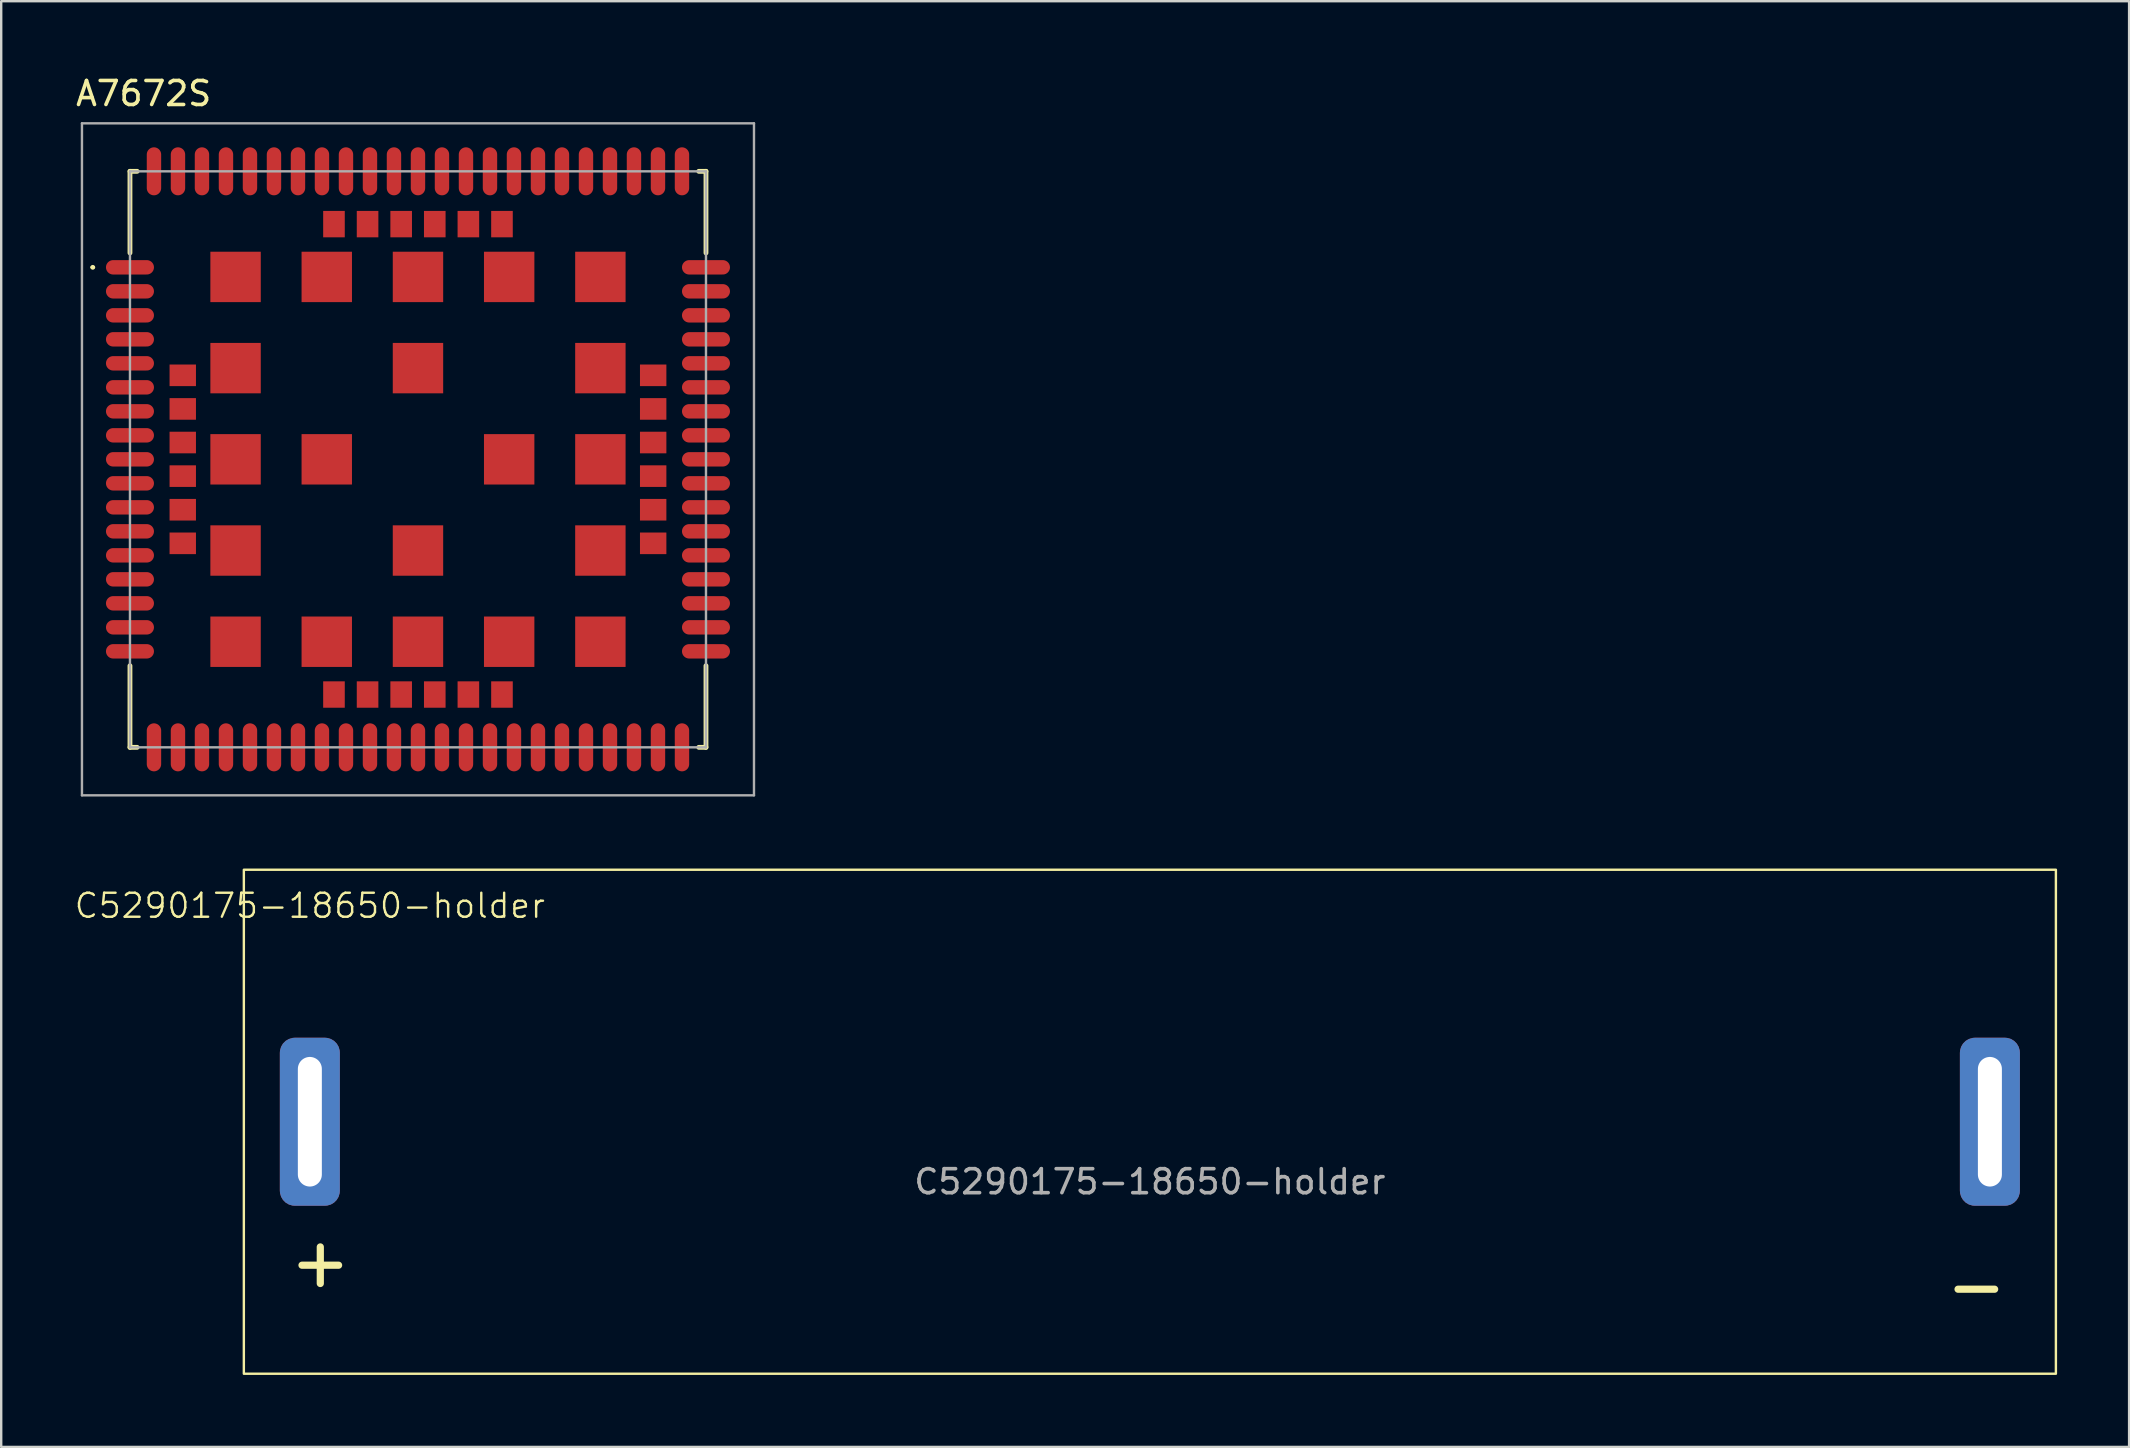
<source format=kicad_pcb>
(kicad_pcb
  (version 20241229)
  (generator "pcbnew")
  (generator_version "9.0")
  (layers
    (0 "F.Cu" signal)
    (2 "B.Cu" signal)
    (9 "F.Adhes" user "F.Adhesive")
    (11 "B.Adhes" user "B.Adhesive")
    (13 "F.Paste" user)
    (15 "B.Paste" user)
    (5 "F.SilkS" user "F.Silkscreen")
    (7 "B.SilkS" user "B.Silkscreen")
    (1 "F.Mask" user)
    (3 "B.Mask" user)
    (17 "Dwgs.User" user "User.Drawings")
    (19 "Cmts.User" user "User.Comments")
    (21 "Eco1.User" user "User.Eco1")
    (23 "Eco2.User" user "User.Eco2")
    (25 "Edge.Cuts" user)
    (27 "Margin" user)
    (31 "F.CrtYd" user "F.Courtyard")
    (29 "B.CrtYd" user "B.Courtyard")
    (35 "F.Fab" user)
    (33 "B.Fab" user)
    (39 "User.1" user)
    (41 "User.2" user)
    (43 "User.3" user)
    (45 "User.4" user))
  (footprint "C5290175-18650-holder"
    (layer "F.Cu")
    (at 44.86 43.688)
    (property "Reference" "C5290175-18650-holder" (at -35 -9 0) (unlocked yes) (layer "F.SilkS") (effects (font (size 1 1) (thickness 0.1))))
    (attr through_hole)
    (fp_rect (start -37.75 -10.5) (end 37.75 10.5) (stroke (width 0.1) (type default)) (fill no) (layer "F.SilkS"))
    (fp_text user "-" (at 33 8 0) (unlocked yes) (layer "F.SilkS") (effects (font (size 2 2) (thickness 0.3)) (justify left bottom)))
    (fp_text user "+" (at -36 7 0) (unlocked yes) (layer "F.SilkS") (effects (font (size 2 2) (thickness 0.3)) (justify left bottom)))
    (fp_text user "${REFERENCE}" (at 0 2.5 0) (unlocked yes) (layer "F.Fab") (effects (font (size 1 1) (thickness 0.15))))
    (pad "1" thru_hole roundrect (at -35 0 90) (size 7 2.5) (drill oval 5.4 1) (layers "*.Cu" "*.Mask") (roundrect_rratio 0.25))
    (pad "2" thru_hole roundrect (at 35 0 90) (size 7 2.5) (drill oval 5.4 1) (layers "*.Cu" "*.Mask") (roundrect_rratio 0.25)))
  (footprint "A7672S"
    (layer "F.Cu")
    (at 14.365 16.088)
    (property "Reference" "A7672S" (at -11.43 -15.24 0) (layer "F.SilkS") (effects (font (size 1 1) (thickness 0.15))))
    (attr smd)
    (fp_line (start -12 -12) (end -11.7 -12) (stroke (width 0.2) (type solid)) (layer "F.SilkS"))
    (fp_line (start -12 -8.6) (end -12 -12) (stroke (width 0.2) (type solid)) (layer "F.SilkS"))
    (fp_line (start -12 12) (end -12 8.6) (stroke (width 0.2) (type solid)) (layer "F.SilkS"))
    (fp_line (start -11.7 12) (end -12 12) (stroke (width 0.2) (type solid)) (layer "F.SilkS"))
    (fp_line (start 11.7 -12) (end 12 -12) (stroke (width 0.2) (type solid)) (layer "F.SilkS"))
    (fp_line (start 12 -12) (end 12 -8.6) (stroke (width 0.2) (type solid)) (layer "F.SilkS"))
    (fp_line (start 12 8.6) (end 12 12) (stroke (width 0.2) (type solid)) (layer "F.SilkS"))
    (fp_line (start 12 12) (end 11.7 12) (stroke (width 0.2) (type solid)) (layer "F.SilkS"))
    (fp_arc (start -13.6 -8) (mid -13.55 -8.05) (end -13.5 -8) (stroke (width 0.1) (type solid)) (layer "F.SilkS"))
    (fp_arc (start -13.5 -8) (mid -13.55 -7.95) (end -13.6 -8) (stroke (width 0.1) (type solid)) (layer "F.SilkS"))
    (fp_line (start -14 -14) (end 14 -14) (stroke (width 0.1) (type solid)) (layer "F.Fab"))
    (fp_line (start -14 14) (end -14 -14) (stroke (width 0.1) (type solid)) (layer "F.Fab"))
    (fp_line (start -12 -12) (end -12 12) (stroke (width 0.1) (type solid)) (layer "F.Fab"))
    (fp_line (start -12 12) (end 12 12) (stroke (width 0.1) (type solid)) (layer "F.Fab"))
    (fp_line (start 12 -12) (end -12 -12) (stroke (width 0.1) (type solid)) (layer "F.Fab"))
    (fp_line (start 12 12) (end 12 -12) (stroke (width 0.1) (type solid)) (layer "F.Fab"))
    (fp_line (start 14 -14) (end 14 14) (stroke (width 0.1) (type solid)) (layer "F.Fab"))
    (fp_line (start 14 14) (end -14 14) (stroke (width 0.1) (type solid)) (layer "F.Fab"))
    (pad "1" smd oval (at -12 -8) (size 2 0.6) (layers "F.Cu" "F.Mask" "F.Paste"))
    (pad "2" smd oval (at -12 -7) (size 2 0.6) (layers "F.Cu" "F.Mask" "F.Paste"))
    (pad "3" smd oval (at -12 -6) (size 2 0.6) (layers "F.Cu" "F.Mask" "F.Paste"))
    (pad "4" smd oval (at -12 -5) (size 2 0.6) (layers "F.Cu" "F.Mask" "F.Paste"))
    (pad "5" smd oval (at -12 -4) (size 2 0.6) (layers "F.Cu" "F.Mask" "F.Paste"))
    (pad "6" smd oval (at -12 -3) (size 2 0.6) (layers "F.Cu" "F.Mask" "F.Paste"))
    (pad "7" smd oval (at -12 -2) (size 2 0.6) (layers "F.Cu" "F.Mask" "F.Paste"))
    (pad "8" smd oval (at -12 -1) (size 2 0.6) (layers "F.Cu" "F.Mask" "F.Paste"))
    (pad "9" smd oval (at -12 0) (size 2 0.6) (layers "F.Cu" "F.Mask" "F.Paste"))
    (pad "10" smd oval (at -12 1) (size 2 0.6) (layers "F.Cu" "F.Mask" "F.Paste"))
    (pad "11" smd oval (at -12 2) (size 2 0.6) (layers "F.Cu" "F.Mask" "F.Paste"))
    (pad "12" smd oval (at -12 3) (size 2 0.6) (layers "F.Cu" "F.Mask" "F.Paste"))
    (pad "13" smd oval (at -12 4) (size 2 0.6) (layers "F.Cu" "F.Mask" "F.Paste"))
    (pad "14" smd oval (at -12 5) (size 2 0.6) (layers "F.Cu" "F.Mask" "F.Paste"))
    (pad "15" smd oval (at -12 6) (size 2 0.6) (layers "F.Cu" "F.Mask" "F.Paste"))
    (pad "16" smd oval (at -12 7) (size 2 0.6) (layers "F.Cu" "F.Mask" "F.Paste"))
    (pad "17" smd oval (at -12 8) (size 2 0.6) (layers "F.Cu" "F.Mask" "F.Paste"))
    (pad "18" smd oval (at -8 12) (size 0.6 2) (layers "F.Cu" "F.Mask" "F.Paste"))
    (pad "19" smd oval (at -7 12) (size 0.6 2) (layers "F.Cu" "F.Mask" "F.Paste"))
    (pad "20" smd oval (at -6 12) (size 0.6 2) (layers "F.Cu" "F.Mask" "F.Paste"))
    (pad "21" smd oval (at -5 12) (size 0.6 2) (layers "F.Cu" "F.Mask" "F.Paste"))
    (pad "22" smd oval (at -4 12) (size 0.6 2) (layers "F.Cu" "F.Mask" "F.Paste"))
    (pad "23" smd oval (at -3 12) (size 0.6 2) (layers "F.Cu" "F.Mask" "F.Paste"))
    (pad "24" smd oval (at -2 12) (size 0.6 2) (layers "F.Cu" "F.Mask" "F.Paste"))
    (pad "25" smd oval (at -1 12) (size 0.6 2) (layers "F.Cu" "F.Mask" "F.Paste"))
    (pad "26" smd oval (at 0 12) (size 0.6 2) (layers "F.Cu" "F.Mask" "F.Paste"))
    (pad "27" smd oval (at 1 12) (size 0.6 2) (layers "F.Cu" "F.Mask" "F.Paste"))
    (pad "28" smd oval (at 2 12) (size 0.6 2) (layers "F.Cu" "F.Mask" "F.Paste"))
    (pad "29" smd oval (at 3 12) (size 0.6 2) (layers "F.Cu" "F.Mask" "F.Paste"))
    (pad "30" smd oval (at 4 12) (size 0.6 2) (layers "F.Cu" "F.Mask" "F.Paste"))
    (pad "31" smd oval (at 5 12) (size 0.6 2) (layers "F.Cu" "F.Mask" "F.Paste"))
    (pad "32" smd oval (at 6 12) (size 0.6 2) (layers "F.Cu" "F.Mask" "F.Paste"))
    (pad "33" smd oval (at 7 12) (size 0.6 2) (layers "F.Cu" "F.Mask" "F.Paste"))
    (pad "34" smd oval (at 8 12) (size 0.6 2) (layers "F.Cu" "F.Mask" "F.Paste"))
    (pad "35" smd oval (at 12 8) (size 2 0.6) (layers "F.Cu" "F.Mask" "F.Paste"))
    (pad "36" smd oval (at 12 7) (size 2 0.6) (layers "F.Cu" "F.Mask" "F.Paste"))
    (pad "37" smd oval (at 12 6) (size 2 0.6) (layers "F.Cu" "F.Mask" "F.Paste"))
    (pad "38" smd oval (at 12 5) (size 2 0.6) (layers "F.Cu" "F.Mask" "F.Paste"))
    (pad "39" smd oval (at 12 4) (size 2 0.6) (layers "F.Cu" "F.Mask" "F.Paste"))
    (pad "40" smd oval (at 12 3) (size 2 0.6) (layers "F.Cu" "F.Mask" "F.Paste"))
    (pad "41" smd oval (at 12 2) (size 2 0.6) (layers "F.Cu" "F.Mask" "F.Paste"))
    (pad "42" smd oval (at 12 1) (size 2 0.6) (layers "F.Cu" "F.Mask" "F.Paste"))
    (pad "43" smd oval (at 12 0) (size 2 0.6) (layers "F.Cu" "F.Mask" "F.Paste"))
    (pad "44" smd oval (at 12 -1) (size 2 0.6) (layers "F.Cu" "F.Mask" "F.Paste"))
    (pad "45" smd oval (at 12 -2) (size 2 0.6) (layers "F.Cu" "F.Mask" "F.Paste"))
    (pad "46" smd oval (at 12 -3) (size 2 0.6) (layers "F.Cu" "F.Mask" "F.Paste"))
    (pad "47" smd oval (at 12 -4) (size 2 0.6) (layers "F.Cu" "F.Mask" "F.Paste"))
    (pad "48" smd oval (at 12 -5) (size 2 0.6) (layers "F.Cu" "F.Mask" "F.Paste"))
    (pad "49" smd oval (at 12 -6) (size 2 0.6) (layers "F.Cu" "F.Mask" "F.Paste"))
    (pad "50" smd oval (at 12 -7) (size 2 0.6) (layers "F.Cu" "F.Mask" "F.Paste"))
    (pad "51" smd oval (at 12 -8) (size 2 0.6) (layers "F.Cu" "F.Mask" "F.Paste"))
    (pad "52" smd oval (at 8 -12) (size 0.6 2) (layers "F.Cu" "F.Mask" "F.Paste"))
    (pad "53" smd oval (at 7 -12) (size 0.6 2) (layers "F.Cu" "F.Mask" "F.Paste"))
    (pad "54" smd oval (at 6 -12) (size 0.6 2) (layers "F.Cu" "F.Mask" "F.Paste"))
    (pad "55" smd oval (at 5 -12) (size 0.6 2) (layers "F.Cu" "F.Mask" "F.Paste"))
    (pad "56" smd oval (at 4 -12) (size 0.6 2) (layers "F.Cu" "F.Mask" "F.Paste"))
    (pad "57" smd oval (at 3 -12) (size 0.6 2) (layers "F.Cu" "F.Mask" "F.Paste"))
    (pad "58" smd oval (at 2 -12) (size 0.6 2) (layers "F.Cu" "F.Mask" "F.Paste"))
    (pad "59" smd oval (at 1 -12) (size 0.6 2) (layers "F.Cu" "F.Mask" "F.Paste"))
    (pad "60" smd oval (at 0 -12) (size 0.6 2) (layers "F.Cu" "F.Mask" "F.Paste"))
    (pad "61" smd oval (at -1 -12) (size 0.6 2) (layers "F.Cu" "F.Mask" "F.Paste"))
    (pad "62" smd oval (at -2 -12) (size 0.6 2) (layers "F.Cu" "F.Mask" "F.Paste"))
    (pad "63" smd oval (at -3 -12) (size 0.6 2) (layers "F.Cu" "F.Mask" "F.Paste"))
    (pad "64" smd oval (at -4 -12) (size 0.6 2) (layers "F.Cu" "F.Mask" "F.Paste"))
    (pad "65" smd oval (at -5 -12) (size 0.6 2) (layers "F.Cu" "F.Mask" "F.Paste"))
    (pad "66" smd oval (at -6 -12) (size 0.6 2) (layers "F.Cu" "F.Mask" "F.Paste"))
    (pad "67" smd oval (at -7 -12) (size 0.6 2) (layers "F.Cu" "F.Mask" "F.Paste"))
    (pad "68" smd oval (at -8 -12) (size 0.6 2) (layers "F.Cu" "F.Mask" "F.Paste"))
    (pad "69" smd rect (at -7.6 -7.6) (size 2.1 2.1) (layers "F.Cu" "F.Mask" "F.Paste"))
    (pad "70" smd rect (at -7.6 -3.8) (size 2.1 2.1) (layers "F.Cu" "F.Mask" "F.Paste"))
    (pad "71" smd rect (at -7.6 0) (size 2.1 2.1) (layers "F.Cu" "F.Mask" "F.Paste"))
    (pad "72" smd rect (at -7.6 3.8) (size 2.1 2.1) (layers "F.Cu" "F.Mask" "F.Paste"))
    (pad "73" smd rect (at -7.6 7.6) (size 2.1 2.1) (layers "F.Cu" "F.Mask" "F.Paste"))
    (pad "74" smd rect (at -3.8 7.6) (size 2.1 2.1) (layers "F.Cu" "F.Mask" "F.Paste"))
    (pad "75" smd rect (at 0 7.6) (size 2.1 2.1) (layers "F.Cu" "F.Mask" "F.Paste"))
    (pad "76" smd rect (at 3.8 7.6) (size 2.1 2.1) (layers "F.Cu" "F.Mask" "F.Paste"))
    (pad "77" smd rect (at 7.6 7.6) (size 2.1 2.1) (layers "F.Cu" "F.Mask" "F.Paste"))
    (pad "78" smd rect (at 7.6 3.8) (size 2.1 2.1) (layers "F.Cu" "F.Mask" "F.Paste"))
    (pad "79" smd rect (at 7.6 0) (size 2.1 2.1) (layers "F.Cu" "F.Mask" "F.Paste"))
    (pad "80" smd rect (at 7.6 -3.8) (size 2.1 2.1) (layers "F.Cu" "F.Mask" "F.Paste"))
    (pad "81" smd rect (at 7.6 -7.6) (size 2.1 2.1) (layers "F.Cu" "F.Mask" "F.Paste"))
    (pad "82" smd rect (at 3.8 -7.6) (size 2.1 2.1) (layers "F.Cu" "F.Mask" "F.Paste"))
    (pad "83" smd rect (at 0 -7.6) (size 2.1 2.1) (layers "F.Cu" "F.Mask" "F.Paste"))
    (pad "84" smd rect (at -3.8 -7.6) (size 2.1 2.1) (layers "F.Cu" "F.Mask" "F.Paste"))
    (pad "85" smd rect (at -3.8 0) (size 2.1 2.1) (layers "F.Cu" "F.Mask" "F.Paste"))
    (pad "86" smd rect (at 0 3.8) (size 2.1 2.1) (layers "F.Cu" "F.Mask" "F.Paste"))
    (pad "87" smd rect (at 3.8 0) (size 2.1 2.1) (layers "F.Cu" "F.Mask" "F.Paste"))
    (pad "88" smd rect (at 0 -3.8) (size 2.1 2.1) (layers "F.Cu" "F.Mask" "F.Paste"))
    (pad "89" smd oval (at -11 12) (size 0.6 2) (layers "F.Cu" "F.Mask" "F.Paste"))
    (pad "90" smd oval (at -10 12) (size 0.6 2) (layers "F.Cu" "F.Mask" "F.Paste"))
    (pad "91" smd oval (at -9 12) (size 0.6 2) (layers "F.Cu" "F.Mask" "F.Paste"))
    (pad "92" smd oval (at 9 12) (size 0.6 2) (layers "F.Cu" "F.Mask" "F.Paste"))
    (pad "93" smd oval (at 10 12) (size 0.6 2) (layers "F.Cu" "F.Mask" "F.Paste"))
    (pad "94" smd oval (at 11 12) (size 0.6 2) (layers "F.Cu" "F.Mask" "F.Paste"))
    (pad "95" smd oval (at 11 -12) (size 0.6 2) (layers "F.Cu" "F.Mask" "F.Paste"))
    (pad "96" smd oval (at 10 -12) (size 0.6 2) (layers "F.Cu" "F.Mask" "F.Paste"))
    (pad "97" smd oval (at 9 -12) (size 0.6 2) (layers "F.Cu" "F.Mask" "F.Paste"))
    (pad "98" smd oval (at -9 -12) (size 0.6 2) (layers "F.Cu" "F.Mask" "F.Paste"))
    (pad "99" smd oval (at -10 -12) (size 0.6 2) (layers "F.Cu" "F.Mask" "F.Paste"))
    (pad "100" smd oval (at -11 -12) (size 0.6 2) (layers "F.Cu" "F.Mask" "F.Paste"))
    (pad "101" smd rect (at -9.8 -3.5) (size 1.1 0.9) (layers "F.Cu" "F.Mask" "F.Paste"))
    (pad "102" smd rect (at -9.8 -2.1) (size 1.1 0.9) (layers "F.Cu" "F.Mask" "F.Paste"))
    (pad "103" smd rect (at -9.8 -0.7) (size 1.1 0.9) (layers "F.Cu" "F.Mask" "F.Paste"))
    (pad "104" smd rect (at -9.8 0.7) (size 1.1 0.9) (layers "F.Cu" "F.Mask" "F.Paste"))
    (pad "105" smd rect (at -9.8 2.1) (size 1.1 0.9) (layers "F.Cu" "F.Mask" "F.Paste"))
    (pad "106" smd rect (at -9.8 3.5) (size 1.1 0.9) (layers "F.Cu" "F.Mask" "F.Paste"))
    (pad "107" smd rect (at -3.5 9.8) (size 0.9 1.1) (layers "F.Cu" "F.Mask" "F.Paste"))
    (pad "108" smd rect (at -2.1 9.8) (size 0.9 1.1) (layers "F.Cu" "F.Mask" "F.Paste"))
    (pad "109" smd rect (at -0.7 9.8) (size 0.9 1.1) (layers "F.Cu" "F.Mask" "F.Paste"))
    (pad "110" smd rect (at 0.7 9.8) (size 0.9 1.1) (layers "F.Cu" "F.Mask" "F.Paste"))
    (pad "111" smd rect (at 2.1 9.8) (size 0.9 1.1) (layers "F.Cu" "F.Mask" "F.Paste"))
    (pad "112" smd rect (at 3.5 9.8) (size 0.9 1.1) (layers "F.Cu" "F.Mask" "F.Paste"))
    (pad "113" smd rect (at 9.8 3.5) (size 1.1 0.9) (layers "F.Cu" "F.Mask" "F.Paste"))
    (pad "114" smd rect (at 9.8 2.1) (size 1.1 0.9) (layers "F.Cu" "F.Mask" "F.Paste"))
    (pad "115" smd rect (at 9.8 0.7) (size 1.1 0.9) (layers "F.Cu" "F.Mask" "F.Paste"))
    (pad "116" smd rect (at 9.8 -0.7) (size 1.1 0.9) (layers "F.Cu" "F.Mask" "F.Paste"))
    (pad "117" smd rect (at 9.8 -2.1) (size 1.1 0.9) (layers "F.Cu" "F.Mask" "F.Paste"))
    (pad "118" smd rect (at 9.8 -3.5) (size 1.1 0.9) (layers "F.Cu" "F.Mask" "F.Paste"))
    (pad "119" smd rect (at 3.5 -9.8) (size 0.9 1.1) (layers "F.Cu" "F.Mask" "F.Paste"))
    (pad "120" smd rect (at 2.1 -9.8) (size 0.9 1.1) (layers "F.Cu" "F.Mask" "F.Paste"))
    (pad "121" smd rect (at 0.7 -9.8) (size 0.9 1.1) (layers "F.Cu" "F.Mask" "F.Paste"))
    (pad "122" smd rect (at -0.7 -9.8) (size 0.9 1.1) (layers "F.Cu" "F.Mask" "F.Paste"))
    (pad "123" smd rect (at -2.1 -9.8) (size 0.9 1.1) (layers "F.Cu" "F.Mask" "F.Paste"))
    (pad "124" smd rect (at -3.5 -9.8) (size 0.9 1.1) (layers "F.Cu" "F.Mask" "F.Paste")))
  (gr_rect
    (start -3 -3)
    (end 85.66 57.238)
    (stroke (width 0.1) (type default))
    (fill no)
    (layer "Edge.Cuts")))
</source>
